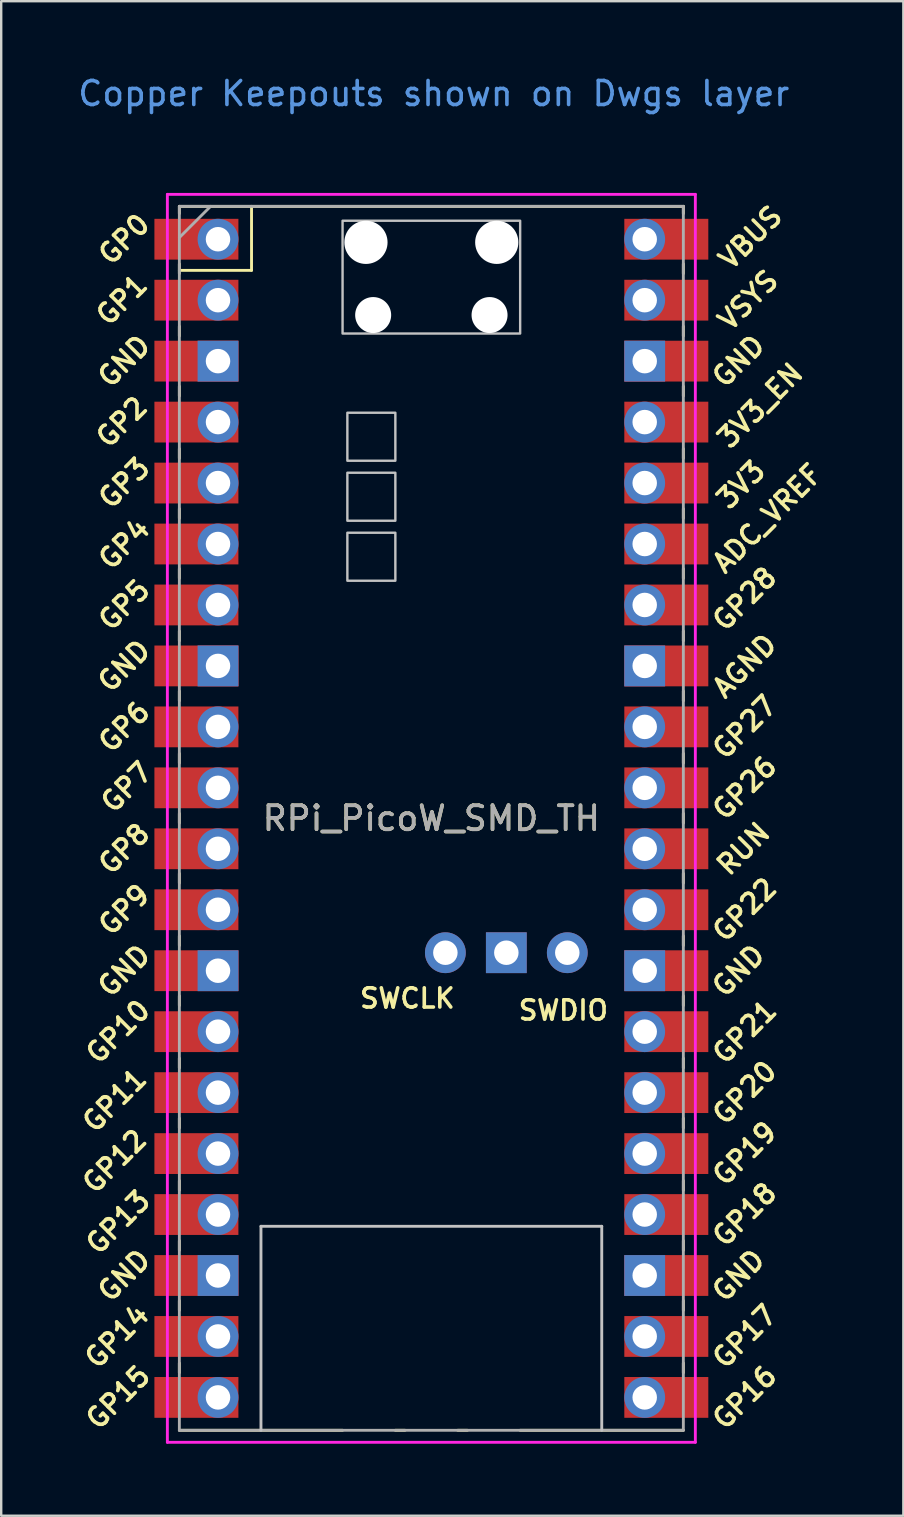
<source format=kicad_pcb>
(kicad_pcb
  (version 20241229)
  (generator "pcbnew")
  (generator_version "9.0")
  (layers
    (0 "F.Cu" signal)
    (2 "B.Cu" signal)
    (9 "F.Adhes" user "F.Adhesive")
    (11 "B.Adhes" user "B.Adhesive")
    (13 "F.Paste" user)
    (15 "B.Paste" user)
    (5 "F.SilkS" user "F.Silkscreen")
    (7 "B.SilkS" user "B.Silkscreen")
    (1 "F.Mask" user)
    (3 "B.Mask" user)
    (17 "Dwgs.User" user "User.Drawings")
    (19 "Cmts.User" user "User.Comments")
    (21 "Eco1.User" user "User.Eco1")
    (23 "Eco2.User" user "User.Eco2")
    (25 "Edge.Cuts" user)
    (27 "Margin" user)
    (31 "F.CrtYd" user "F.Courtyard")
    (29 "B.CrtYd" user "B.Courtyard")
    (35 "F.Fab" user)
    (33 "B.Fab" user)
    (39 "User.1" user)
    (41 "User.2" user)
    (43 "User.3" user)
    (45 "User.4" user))
  (footprint "RPi_PicoW_SMD_TH"
    (layer "F.Cu")
    (at 14.924 31.048)
    (property "Reference" "RPi_PicoW_SMD_TH" (at 0 0 0) (layer "F.SilkS") (effects (font (size 1 1) (thickness 0.15))))
    (attr through_hole)
    (fp_line (start -10.5 -25.5) (end -10.5 -25.2) (stroke (width 0.12) (type solid)) (layer "F.SilkS"))
    (fp_line (start -10.5 -25.5) (end 10.5 -25.5) (stroke (width 0.12) (type solid)) (layer "F.SilkS"))
    (fp_line (start -10.5 -23.1) (end -10.5 -22.7) (stroke (width 0.12) (type solid)) (layer "F.SilkS"))
    (fp_line (start -10.5 -22.833) (end -7.493 -22.833) (stroke (width 0.12) (type solid)) (layer "F.SilkS"))
    (fp_line (start -10.5 -20.5) (end -10.5 -20.1) (stroke (width 0.12) (type solid)) (layer "F.SilkS"))
    (fp_line (start -10.5 -18) (end -10.5 -17.6) (stroke (width 0.12) (type solid)) (layer "F.SilkS"))
    (fp_line (start -10.5 -15.4) (end -10.5 -15) (stroke (width 0.12) (type solid)) (layer "F.SilkS"))
    (fp_line (start -10.5 -12.9) (end -10.5 -12.5) (stroke (width 0.12) (type solid)) (layer "F.SilkS"))
    (fp_line (start -10.5 -10.4) (end -10.5 -10) (stroke (width 0.12) (type solid)) (layer "F.SilkS"))
    (fp_line (start -10.5 -7.8) (end -10.5 -7.4) (stroke (width 0.12) (type solid)) (layer "F.SilkS"))
    (fp_line (start -10.5 -5.3) (end -10.5 -4.9) (stroke (width 0.12) (type solid)) (layer "F.SilkS"))
    (fp_line (start -10.5 -2.7) (end -10.5 -2.3) (stroke (width 0.12) (type solid)) (layer "F.SilkS"))
    (fp_line (start -10.5 -0.2) (end -10.5 0.2) (stroke (width 0.12) (type solid)) (layer "F.SilkS"))
    (fp_line (start -10.5 2.3) (end -10.5 2.7) (stroke (width 0.12) (type solid)) (layer "F.SilkS"))
    (fp_line (start -10.5 4.9) (end -10.5 5.3) (stroke (width 0.12) (type solid)) (layer "F.SilkS"))
    (fp_line (start -10.5 7.4) (end -10.5 7.8) (stroke (width 0.12) (type solid)) (layer "F.SilkS"))
    (fp_line (start -10.5 10) (end -10.5 10.4) (stroke (width 0.12) (type solid)) (layer "F.SilkS"))
    (fp_line (start -10.5 12.5) (end -10.5 12.9) (stroke (width 0.12) (type solid)) (layer "F.SilkS"))
    (fp_line (start -10.5 15.1) (end -10.5 15.5) (stroke (width 0.12) (type solid)) (layer "F.SilkS"))
    (fp_line (start -10.5 17.6) (end -10.5 18) (stroke (width 0.12) (type solid)) (layer "F.SilkS"))
    (fp_line (start -10.5 20.1) (end -10.5 20.5) (stroke (width 0.12) (type solid)) (layer "F.SilkS"))
    (fp_line (start -10.5 22.7) (end -10.5 23.1) (stroke (width 0.12) (type solid)) (layer "F.SilkS"))
    (fp_line (start -7.493 -22.833) (end -7.493 -25.5) (stroke (width 0.12) (type solid)) (layer "F.SilkS"))
    (fp_line (start -3.7 25.5) (end -10.5 25.5) (stroke (width 0.12) (type solid)) (layer "F.SilkS"))
    (fp_line (start -1.5 25.5) (end -1.1 25.5) (stroke (width 0.12) (type solid)) (layer "F.SilkS"))
    (fp_line (start 1.1 25.5) (end 1.5 25.5) (stroke (width 0.12) (type solid)) (layer "F.SilkS"))
    (fp_line (start 10.5 -25.5) (end 10.5 -25.2) (stroke (width 0.12) (type solid)) (layer "F.SilkS"))
    (fp_line (start 10.5 -23.1) (end 10.5 -22.7) (stroke (width 0.12) (type solid)) (layer "F.SilkS"))
    (fp_line (start 10.5 -20.5) (end 10.5 -20.1) (stroke (width 0.12) (type solid)) (layer "F.SilkS"))
    (fp_line (start 10.5 -18) (end 10.5 -17.6) (stroke (width 0.12) (type solid)) (layer "F.SilkS"))
    (fp_line (start 10.5 -15.4) (end 10.5 -15) (stroke (width 0.12) (type solid)) (layer "F.SilkS"))
    (fp_line (start 10.5 -12.9) (end 10.5 -12.5) (stroke (width 0.12) (type solid)) (layer "F.SilkS"))
    (fp_line (start 10.5 -10.4) (end 10.5 -10) (stroke (width 0.12) (type solid)) (layer "F.SilkS"))
    (fp_line (start 10.5 -7.8) (end 10.5 -7.4) (stroke (width 0.12) (type solid)) (layer "F.SilkS"))
    (fp_line (start 10.5 -5.3) (end 10.5 -4.9) (stroke (width 0.12) (type solid)) (layer "F.SilkS"))
    (fp_line (start 10.5 -2.7) (end 10.5 -2.3) (stroke (width 0.12) (type solid)) (layer "F.SilkS"))
    (fp_line (start 10.5 -0.2) (end 10.5 0.2) (stroke (width 0.12) (type solid)) (layer "F.SilkS"))
    (fp_line (start 10.5 2.3) (end 10.5 2.7) (stroke (width 0.12) (type solid)) (layer "F.SilkS"))
    (fp_line (start 10.5 4.9) (end 10.5 5.3) (stroke (width 0.12) (type solid)) (layer "F.SilkS"))
    (fp_line (start 10.5 7.4) (end 10.5 7.8) (stroke (width 0.12) (type solid)) (layer "F.SilkS"))
    (fp_line (start 10.5 10) (end 10.5 10.4) (stroke (width 0.12) (type solid)) (layer "F.SilkS"))
    (fp_line (start 10.5 12.5) (end 10.5 12.9) (stroke (width 0.12) (type solid)) (layer "F.SilkS"))
    (fp_line (start 10.5 15.1) (end 10.5 15.5) (stroke (width 0.12) (type solid)) (layer "F.SilkS"))
    (fp_line (start 10.5 17.6) (end 10.5 18) (stroke (width 0.12) (type solid)) (layer "F.SilkS"))
    (fp_line (start 10.5 20.1) (end 10.5 20.5) (stroke (width 0.12) (type solid)) (layer "F.SilkS"))
    (fp_line (start 10.5 22.7) (end 10.5 23.1) (stroke (width 0.12) (type solid)) (layer "F.SilkS"))
    (fp_line (start 10.5 25.5) (end 3.7 25.5) (stroke (width 0.12) (type solid)) (layer "F.SilkS"))
    (fp_line (start -7.1 17) (end 7.1 17) (stroke (width 0.12) (type solid)) (layer "Dwgs.User"))
    (fp_line (start -7.1 25.5) (end -7.1 17) (stroke (width 0.12) (type solid)) (layer "Dwgs.User"))
    (fp_line (start 7.1 17) (end 7.1 25.5) (stroke (width 0.12) (type solid)) (layer "Dwgs.User"))
    (fp_poly (pts (xy -1.5 -14.9) (xy -3.5 -14.9) (xy -3.5 -16.9) (xy -1.5 -16.9)) (stroke (width 0.1) (type solid)) (fill no) (layer "Dwgs.User"))
    (fp_poly (pts (xy -1.5 -12.4) (xy -3.5 -12.4) (xy -3.5 -14.4) (xy -1.5 -14.4)) (stroke (width 0.1) (type solid)) (fill no) (layer "Dwgs.User"))
    (fp_poly (pts (xy -1.5 -9.9) (xy -3.5 -9.9) (xy -3.5 -11.9) (xy -1.5 -11.9)) (stroke (width 0.1) (type solid)) (fill no) (layer "Dwgs.User"))
    (fp_poly (pts (xy 3.7 -20.2) (xy -3.7 -20.2) (xy -3.7 -24.9) (xy 3.7 -24.9)) (stroke (width 0.1) (type solid)) (fill no) (layer "Dwgs.User"))
    (fp_line (start -11 -26) (end 11 -26) (stroke (width 0.12) (type solid)) (layer "F.CrtYd"))
    (fp_line (start -11 26) (end -11 -26) (stroke (width 0.12) (type solid)) (layer "F.CrtYd"))
    (fp_line (start 11 -26) (end 11 26) (stroke (width 0.12) (type solid)) (layer "F.CrtYd"))
    (fp_line (start 11 26) (end -11 26) (stroke (width 0.12) (type solid)) (layer "F.CrtYd"))
    (fp_line (start -10.5 -25.5) (end 10.5 -25.5) (stroke (width 0.12) (type solid)) (layer "F.Fab"))
    (fp_line (start -10.5 -24.2) (end -9.2 -25.5) (stroke (width 0.12) (type solid)) (layer "F.Fab"))
    (fp_line (start -10.5 25.5) (end -10.5 -25.5) (stroke (width 0.12) (type solid)) (layer "F.Fab"))
    (fp_line (start 10.5 -25.5) (end 10.5 25.5) (stroke (width 0.12) (type solid)) (layer "F.Fab"))
    (fp_line (start 10.5 25.5) (end -10.5 25.5) (stroke (width 0.12) (type solid)) (layer "F.Fab"))
    (fp_text user "GP1" (at -12.9 -21.6 45) (layer "F.SilkS") (effects (font (size 0.8 0.8) (thickness 0.15))))
    (fp_text user "GND" (at 12.8 6.35 45) (layer "F.SilkS") (effects (font (size 0.8 0.8) (thickness 0.15))))
    (fp_text user "GP8" (at -12.8 1.27 45) (layer "F.SilkS") (effects (font (size 0.8 0.8) (thickness 0.15))))
    (fp_text user "GP20" (at 13.054 11.43 45) (layer "F.SilkS") (effects (font (size 0.8 0.8) (thickness 0.15))))
    (fp_text user "GP5" (at -12.8 -8.89 45) (layer "F.SilkS") (effects (font (size 0.8 0.8) (thickness 0.15))))
    (fp_text user "GND" (at -12.8 6.35 45) (layer "F.SilkS") (effects (font (size 0.8 0.8) (thickness 0.15))))
    (fp_text user "GP10" (at -13.054 8.89 45) (layer "F.SilkS") (effects (font (size 0.8 0.8) (thickness 0.15))))
    (fp_text user "3V3_EN" (at 13.7 -17.2 45) (layer "F.SilkS") (effects (font (size 0.8 0.8) (thickness 0.15))))
    (fp_text user "GP11" (at -13.2 11.752 45) (layer "F.SilkS") (effects (font (size 0.8 0.8) (thickness 0.15))))
    (fp_text user "GND" (at -12.8 -19.05 45) (layer "F.SilkS") (effects (font (size 0.8 0.8) (thickness 0.15))))
    (fp_text user "GND" (at -12.8 19.05 45) (layer "F.SilkS") (effects (font (size 0.8 0.8) (thickness 0.15))))
    (fp_text user "GP13" (at -13.054 16.832 45) (layer "F.SilkS") (effects (font (size 0.8 0.8) (thickness 0.15))))
    (fp_text user "GND" (at -12.8 -6.35 45) (layer "F.SilkS") (effects (font (size 0.8 0.8) (thickness 0.15))))
    (fp_text user "GP4" (at -12.8 -11.43 45) (layer "F.SilkS") (effects (font (size 0.8 0.8) (thickness 0.15))))
    (fp_text user "GND" (at 12.8 -19.05 45) (layer "F.SilkS") (effects (font (size 0.8 0.8) (thickness 0.15))))
    (fp_text user "GP21" (at 13.054 8.9 45) (layer "F.SilkS") (effects (font (size 0.8 0.8) (thickness 0.15))))
    (fp_text user "RUN" (at 13 1.27 45) (layer "F.SilkS") (effects (font (size 0.8 0.8) (thickness 0.15))))
    (fp_text user "GP12" (at -13.2 14.293 45) (layer "F.SilkS") (effects (font (size 0.8 0.8) (thickness 0.15))))
    (fp_text user "GP15" (at -13.054 24.13 45) (layer "F.SilkS") (effects (font (size 0.8 0.8) (thickness 0.15))))
    (fp_text user "VBUS" (at 13.3 -24.2 45) (layer "F.SilkS") (effects (font (size 0.8 0.8) (thickness 0.15))))
    (fp_text user "GP2" (at -12.9 -16.51 45) (layer "F.SilkS") (effects (font (size 0.8 0.8) (thickness 0.15))))
    (fp_text user "GP27" (at 13.054 -3.8 45) (layer "F.SilkS") (effects (font (size 0.8 0.8) (thickness 0.15))))
    (fp_text user "ADC_VREF" (at 14 -12.5 45) (layer "F.SilkS") (effects (font (size 0.8 0.8) (thickness 0.15))))
    (fp_text user "GP26" (at 13.054 -1.27 45) (layer "F.SilkS") (effects (font (size 0.8 0.8) (thickness 0.15))))
    (fp_text user "SWDIO" (at 5.5 8 0) (layer "F.SilkS") (effects (font (size 0.8 0.8) (thickness 0.15))))
    (fp_text user "GP16" (at 13.054 24.13 45) (layer "F.SilkS") (effects (font (size 0.8 0.8) (thickness 0.15))))
    (fp_text user "GP17" (at 13.054 21.59 45) (layer "F.SilkS") (effects (font (size 0.8 0.8) (thickness 0.15))))
    (fp_text user "GP19" (at 13.054 13.97 45) (layer "F.SilkS") (effects (font (size 0.8 0.8) (thickness 0.15))))
    (fp_text user "GND" (at 12.8 19.05 45) (layer "F.SilkS") (effects (font (size 0.8 0.8) (thickness 0.15))))
    (fp_text user "3V3" (at 12.9 -13.9 45) (layer "F.SilkS") (effects (font (size 0.8 0.8) (thickness 0.15))))
    (fp_text user "GP28" (at 13.054 -9.144 45) (layer "F.SilkS") (effects (font (size 0.8 0.8) (thickness 0.15))))
    (fp_text user "AGND" (at 13.054 -6.35 45) (layer "F.SilkS") (effects (font (size 0.8 0.8) (thickness 0.15))))
    (fp_text user "GP7" (at -12.7 -1.3 45) (layer "F.SilkS") (effects (font (size 0.8 0.8) (thickness 0.15))))
    (fp_text user "SWCLK" (at -1 7.5 0) (layer "F.SilkS") (effects (font (size 0.8 0.8) (thickness 0.15))))
    (fp_text user "GP9" (at -12.8 3.81 45) (layer "F.SilkS") (effects (font (size 0.8 0.8) (thickness 0.15))))
    (fp_text user "VSYS" (at 13.2 -21.59 45) (layer "F.SilkS") (effects (font (size 0.8 0.8) (thickness 0.15))))
    (fp_text user "GP3" (at -12.8 -13.97 45) (layer "F.SilkS") (effects (font (size 0.8 0.8) (thickness 0.15))))
    (fp_text user "GP18" (at 13.054 16.51 45) (layer "F.SilkS") (effects (font (size 0.8 0.8) (thickness 0.15))))
    (fp_text user "GP22" (at 13.054 3.81 45) (layer "F.SilkS") (effects (font (size 0.8 0.8) (thickness 0.15))))
    (fp_text user "GP14" (at -13.1 21.59 45) (layer "F.SilkS") (effects (font (size 0.8 0.8) (thickness 0.15))))
    (fp_text user "GP6" (at -12.8 -3.81 45) (layer "F.SilkS") (effects (font (size 0.8 0.8) (thickness 0.15))))
    (fp_text user "GP0" (at -12.8 -24.13 45) (layer "F.SilkS") (effects (font (size 0.8 0.8) (thickness 0.15))))
    (fp_text user "Copper Keepouts shown on Dwgs layer" (at 0.1 -30.2 0) (layer "Cmts.User") (effects (font (size 1 1) (thickness 0.15))))
    (fp_text user "${REFERENCE}" (at 0 0 180) (layer "F.Fab") (effects (font (size 1 1) (thickness 0.15))))
    (pad "" np_thru_hole oval (at -2.725 -24) (size 1.8 1.8) (drill 1.8) (layers "*.Cu" "*.Mask"))
    (pad "" np_thru_hole oval (at -2.425 -20.97) (size 1.5 1.5) (drill 1.5) (layers "*.Cu" "*.Mask"))
    (pad "" np_thru_hole oval (at 2.425 -20.97) (size 1.5 1.5) (drill 1.5) (layers "*.Cu" "*.Mask"))
    (pad "" np_thru_hole oval (at 2.725 -24) (size 1.8 1.8) (drill 1.8) (layers "*.Cu" "*.Mask"))
    (pad "1" thru_hole oval (at -8.89 -24.13) (size 1.7 1.7) (drill 1.02) (layers "*.Cu" "*.Mask"))
    (pad "1" smd rect (at -8.89 -24.13) (size 3.5 1.7) (drill (offset -0.9 0)) (layers "F.Cu" "F.Mask"))
    (pad "2" thru_hole oval (at -8.89 -21.59) (size 1.7 1.7) (drill 1.02) (layers "*.Cu" "*.Mask"))
    (pad "2" smd rect (at -8.89 -21.59) (size 3.5 1.7) (drill (offset -0.9 0)) (layers "F.Cu" "F.Mask"))
    (pad "3" thru_hole rect (at -8.89 -19.05) (size 1.7 1.7) (drill 1.02) (layers "*.Cu" "*.Mask"))
    (pad "3" smd rect (at -8.89 -19.05) (size 3.5 1.7) (drill (offset -0.9 0)) (layers "F.Cu" "F.Mask"))
    (pad "4" thru_hole oval (at -8.89 -16.51) (size 1.7 1.7) (drill 1.02) (layers "*.Cu" "*.Mask"))
    (pad "4" smd rect (at -8.89 -16.51) (size 3.5 1.7) (drill (offset -0.9 0)) (layers "F.Cu" "F.Mask"))
    (pad "5" thru_hole oval (at -8.89 -13.97) (size 1.7 1.7) (drill 1.02) (layers "*.Cu" "*.Mask"))
    (pad "5" smd rect (at -8.89 -13.97) (size 3.5 1.7) (drill (offset -0.9 0)) (layers "F.Cu" "F.Mask"))
    (pad "6" thru_hole oval (at -8.89 -11.43) (size 1.7 1.7) (drill 1.02) (layers "*.Cu" "*.Mask"))
    (pad "6" smd rect (at -8.89 -11.43) (size 3.5 1.7) (drill (offset -0.9 0)) (layers "F.Cu" "F.Mask"))
    (pad "7" thru_hole oval (at -8.89 -8.89) (size 1.7 1.7) (drill 1.02) (layers "*.Cu" "*.Mask"))
    (pad "7" smd rect (at -8.89 -8.89) (size 3.5 1.7) (drill (offset -0.9 0)) (layers "F.Cu" "F.Mask"))
    (pad "8" thru_hole rect (at -8.89 -6.35) (size 1.7 1.7) (drill 1.02) (layers "*.Cu" "*.Mask"))
    (pad "8" smd rect (at -8.89 -6.35) (size 3.5 1.7) (drill (offset -0.9 0)) (layers "F.Cu" "F.Mask"))
    (pad "9" thru_hole oval (at -8.89 -3.81) (size 1.7 1.7) (drill 1.02) (layers "*.Cu" "*.Mask"))
    (pad "9" smd rect (at -8.89 -3.81) (size 3.5 1.7) (drill (offset -0.9 0)) (layers "F.Cu" "F.Mask"))
    (pad "10" thru_hole oval (at -8.89 -1.27) (size 1.7 1.7) (drill 1.02) (layers "*.Cu" "*.Mask"))
    (pad "10" smd rect (at -8.89 -1.27) (size 3.5 1.7) (drill (offset -0.9 0)) (layers "F.Cu" "F.Mask"))
    (pad "11" thru_hole oval (at -8.89 1.27) (size 1.7 1.7) (drill 1.02) (layers "*.Cu" "*.Mask"))
    (pad "11" smd rect (at -8.89 1.27) (size 3.5 1.7) (drill (offset -0.9 0)) (layers "F.Cu" "F.Mask"))
    (pad "12" thru_hole oval (at -8.89 3.81) (size 1.7 1.7) (drill 1.02) (layers "*.Cu" "*.Mask"))
    (pad "12" smd rect (at -8.89 3.81) (size 3.5 1.7) (drill (offset -0.9 0)) (layers "F.Cu" "F.Mask"))
    (pad "13" thru_hole rect (at -8.89 6.35) (size 1.7 1.7) (drill 1.02) (layers "*.Cu" "*.Mask"))
    (pad "13" smd rect (at -8.89 6.35) (size 3.5 1.7) (drill (offset -0.9 0)) (layers "F.Cu" "F.Mask"))
    (pad "14" thru_hole oval (at -8.89 8.89) (size 1.7 1.7) (drill 1.02) (layers "*.Cu" "*.Mask"))
    (pad "14" smd rect (at -8.89 8.89) (size 3.5 1.7) (drill (offset -0.9 0)) (layers "F.Cu" "F.Mask"))
    (pad "15" thru_hole oval (at -8.89 11.43) (size 1.7 1.7) (drill 1.02) (layers "*.Cu" "*.Mask"))
    (pad "15" smd rect (at -8.89 11.43) (size 3.5 1.7) (drill (offset -0.9 0)) (layers "F.Cu" "F.Mask"))
    (pad "16" thru_hole oval (at -8.89 13.97) (size 1.7 1.7) (drill 1.02) (layers "*.Cu" "*.Mask"))
    (pad "16" smd rect (at -8.89 13.97) (size 3.5 1.7) (drill (offset -0.9 0)) (layers "F.Cu" "F.Mask"))
    (pad "17" thru_hole oval (at -8.89 16.51) (size 1.7 1.7) (drill 1.02) (layers "*.Cu" "*.Mask"))
    (pad "17" smd rect (at -8.89 16.51) (size 3.5 1.7) (drill (offset -0.9 0)) (layers "F.Cu" "F.Mask"))
    (pad "18" thru_hole rect (at -8.89 19.05) (size 1.7 1.7) (drill 1.02) (layers "*.Cu" "*.Mask"))
    (pad "18" smd rect (at -8.89 19.05) (size 3.5 1.7) (drill (offset -0.9 0)) (layers "F.Cu" "F.Mask"))
    (pad "19" thru_hole oval (at -8.89 21.59) (size 1.7 1.7) (drill 1.02) (layers "*.Cu" "*.Mask"))
    (pad "19" smd rect (at -8.89 21.59) (size 3.5 1.7) (drill (offset -0.9 0)) (layers "F.Cu" "F.Mask"))
    (pad "20" thru_hole oval (at -8.89 24.13) (size 1.7 1.7) (drill 1.02) (layers "*.Cu" "*.Mask"))
    (pad "20" smd rect (at -8.89 24.13) (size 3.5 1.7) (drill (offset -0.9 0)) (layers "F.Cu" "F.Mask"))
    (pad "21" thru_hole oval (at 8.89 24.13) (size 1.7 1.7) (drill 1.02) (layers "*.Cu" "*.Mask"))
    (pad "21" smd rect (at 8.89 24.13) (size 3.5 1.7) (drill (offset 0.9 0)) (layers "F.Cu" "F.Mask"))
    (pad "22" thru_hole oval (at 8.89 21.59) (size 1.7 1.7) (drill 1.02) (layers "*.Cu" "*.Mask"))
    (pad "22" smd rect (at 8.89 21.59) (size 3.5 1.7) (drill (offset 0.9 0)) (layers "F.Cu" "F.Mask"))
    (pad "23" thru_hole rect (at 8.89 19.05) (size 1.7 1.7) (drill 1.02) (layers "*.Cu" "*.Mask"))
    (pad "23" smd rect (at 8.89 19.05) (size 3.5 1.7) (drill (offset 0.9 0)) (layers "F.Cu" "F.Mask"))
    (pad "24" thru_hole oval (at 8.89 16.51) (size 1.7 1.7) (drill 1.02) (layers "*.Cu" "*.Mask"))
    (pad "24" smd rect (at 8.89 16.51) (size 3.5 1.7) (drill (offset 0.9 0)) (layers "F.Cu" "F.Mask"))
    (pad "25" thru_hole oval (at 8.89 13.97) (size 1.7 1.7) (drill 1.02) (layers "*.Cu" "*.Mask"))
    (pad "25" smd rect (at 8.89 13.97) (size 3.5 1.7) (drill (offset 0.9 0)) (layers "F.Cu" "F.Mask"))
    (pad "26" thru_hole oval (at 8.89 11.43) (size 1.7 1.7) (drill 1.02) (layers "*.Cu" "*.Mask"))
    (pad "26" smd rect (at 8.89 11.43) (size 3.5 1.7) (drill (offset 0.9 0)) (layers "F.Cu" "F.Mask"))
    (pad "27" thru_hole oval (at 8.89 8.89) (size 1.7 1.7) (drill 1.02) (layers "*.Cu" "*.Mask"))
    (pad "27" smd rect (at 8.89 8.89) (size 3.5 1.7) (drill (offset 0.9 0)) (layers "F.Cu" "F.Mask"))
    (pad "28" thru_hole rect (at 8.89 6.35) (size 1.7 1.7) (drill 1.02) (layers "*.Cu" "*.Mask"))
    (pad "28" smd rect (at 8.89 6.35) (size 3.5 1.7) (drill (offset 0.9 0)) (layers "F.Cu" "F.Mask"))
    (pad "29" thru_hole oval (at 8.89 3.81) (size 1.7 1.7) (drill 1.02) (layers "*.Cu" "*.Mask"))
    (pad "29" smd rect (at 8.89 3.81) (size 3.5 1.7) (drill (offset 0.9 0)) (layers "F.Cu" "F.Mask"))
    (pad "30" thru_hole oval (at 8.89 1.27) (size 1.7 1.7) (drill 1.02) (layers "*.Cu" "*.Mask"))
    (pad "30" smd rect (at 8.89 1.27) (size 3.5 1.7) (drill (offset 0.9 0)) (layers "F.Cu" "F.Mask"))
    (pad "31" thru_hole oval (at 8.89 -1.27) (size 1.7 1.7) (drill 1.02) (layers "*.Cu" "*.Mask"))
    (pad "31" smd rect (at 8.89 -1.27) (size 3.5 1.7) (drill (offset 0.9 0)) (layers "F.Cu" "F.Mask"))
    (pad "32" thru_hole oval (at 8.89 -3.81) (size 1.7 1.7) (drill 1.02) (layers "*.Cu" "*.Mask"))
    (pad "32" smd rect (at 8.89 -3.81) (size 3.5 1.7) (drill (offset 0.9 0)) (layers "F.Cu" "F.Mask"))
    (pad "33" thru_hole rect (at 8.89 -6.35) (size 1.7 1.7) (drill 1.02) (layers "*.Cu" "*.Mask"))
    (pad "33" smd rect (at 8.89 -6.35) (size 3.5 1.7) (drill (offset 0.9 0)) (layers "F.Cu" "F.Mask"))
    (pad "34" thru_hole oval (at 8.89 -8.89) (size 1.7 1.7) (drill 1.02) (layers "*.Cu" "*.Mask"))
    (pad "34" smd rect (at 8.89 -8.89) (size 3.5 1.7) (drill (offset 0.9 0)) (layers "F.Cu" "F.Mask"))
    (pad "35" thru_hole oval (at 8.89 -11.43) (size 1.7 1.7) (drill 1.02) (layers "*.Cu" "*.Mask"))
    (pad "35" smd rect (at 8.89 -11.43) (size 3.5 1.7) (drill (offset 0.9 0)) (layers "F.Cu" "F.Mask"))
    (pad "36" thru_hole oval (at 8.89 -13.97) (size 1.7 1.7) (drill 1.02) (layers "*.Cu" "*.Mask"))
    (pad "36" smd rect (at 8.89 -13.97) (size 3.5 1.7) (drill (offset 0.9 0)) (layers "F.Cu" "F.Mask"))
    (pad "37" thru_hole oval (at 8.89 -16.51) (size 1.7 1.7) (drill 1.02) (layers "*.Cu" "*.Mask"))
    (pad "37" smd rect (at 8.89 -16.51) (size 3.5 1.7) (drill (offset 0.9 0)) (layers "F.Cu" "F.Mask"))
    (pad "38" thru_hole rect (at 8.89 -19.05) (size 1.7 1.7) (drill 1.02) (layers "*.Cu" "*.Mask"))
    (pad "38" smd rect (at 8.89 -19.05) (size 3.5 1.7) (drill (offset 0.9 0)) (layers "F.Cu" "F.Mask"))
    (pad "39" thru_hole oval (at 8.89 -21.59) (size 1.7 1.7) (drill 1.02) (layers "*.Cu" "*.Mask"))
    (pad "39" smd rect (at 8.89 -21.59) (size 3.5 1.7) (drill (offset 0.9 0)) (layers "F.Cu" "F.Mask"))
    (pad "40" thru_hole oval (at 8.89 -24.13) (size 1.7 1.7) (drill 1.02) (layers "*.Cu" "*.Mask"))
    (pad "40" smd rect (at 8.89 -24.13) (size 3.5 1.7) (drill (offset 0.9 0)) (layers "F.Cu" "F.Mask"))
    (pad "41" thru_hole oval (at 0.584 5.6) (size 1.7 1.7) (drill 1.02) (layers "*.Cu" "*.Mask"))
    (pad "42" thru_hole rect (at 3.124 5.6) (size 1.7 1.7) (drill 1.02) (layers "*.Cu" "*.Mask"))
    (pad "43" thru_hole oval (at 5.664 5.6) (size 1.7 1.7) (drill 1.02) (layers "*.Cu" "*.Mask")))
  (gr_rect
    (start -3 -3)
    (end 34.591 60.108)
    (stroke (width 0.1) (type default))
    (fill no)
    (layer "Edge.Cuts")))
</source>
